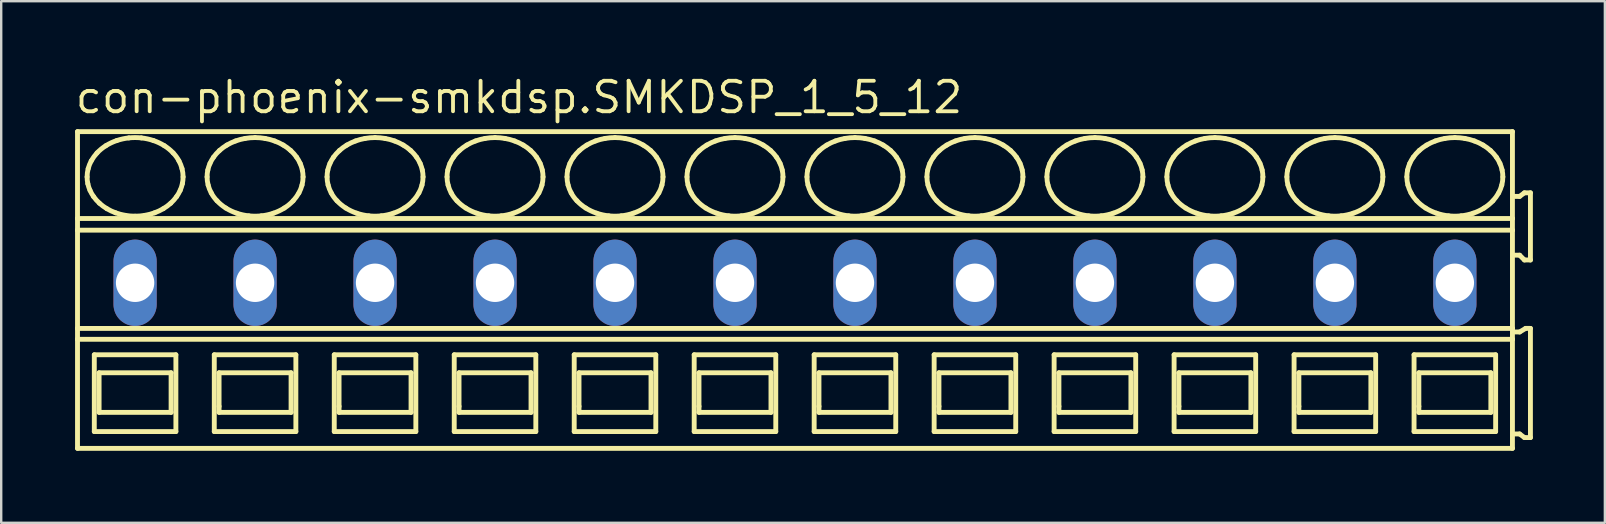
<source format=kicad_pcb>
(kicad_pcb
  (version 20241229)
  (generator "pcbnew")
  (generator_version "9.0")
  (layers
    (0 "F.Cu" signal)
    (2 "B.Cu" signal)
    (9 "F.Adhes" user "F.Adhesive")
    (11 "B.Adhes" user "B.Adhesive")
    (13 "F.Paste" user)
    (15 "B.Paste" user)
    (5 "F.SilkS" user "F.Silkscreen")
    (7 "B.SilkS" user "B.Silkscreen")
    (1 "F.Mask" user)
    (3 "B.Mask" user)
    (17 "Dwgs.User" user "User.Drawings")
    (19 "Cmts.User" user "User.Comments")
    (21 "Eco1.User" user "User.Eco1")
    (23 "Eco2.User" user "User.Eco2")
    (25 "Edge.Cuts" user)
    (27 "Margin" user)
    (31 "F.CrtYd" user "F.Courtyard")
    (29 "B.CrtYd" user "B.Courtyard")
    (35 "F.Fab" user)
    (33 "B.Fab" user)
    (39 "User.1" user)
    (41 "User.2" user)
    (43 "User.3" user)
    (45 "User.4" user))
  (footprint "con-phoenix-smkdsp.SMKDSP_1_5_12"
    (layer "F.Cu")
    (at 5.08 8.735)
    (property "Reference" "con-phoenix-smkdsp.SMKDSP_1_5_12" (at -5.08 -6.985 0) (layer "F.SilkS") (effects (font (size 1.27 1.27) (thickness 0.16)) (justify left bottom)))
    (attr through_hole)
    (fp_line (start -4.9 -6.3) (end -4.9 -2.679) (stroke (width 0.203) (type default)) (layer "F.SilkS"))
    (fp_line (start -4.9 -2.679) (end -4.9 -2.192) (stroke (width 0.203) (type default)) (layer "F.SilkS"))
    (fp_line (start -4.9 -2.192) (end -4.9 1.902) (stroke (width 0.203) (type default)) (layer "F.SilkS"))
    (fp_line (start -4.9 1.902) (end -4.9 2.354) (stroke (width 0.203) (type default)) (layer "F.SilkS"))
    (fp_line (start -4.9 2.354) (end -4.9 6.9) (stroke (width 0.203) (type default)) (layer "F.SilkS"))
    (fp_line (start -4.9 6.9) (end 54.9 6.9) (stroke (width 0.203) (type default)) (layer "F.SilkS"))
    (fp_line (start -4.2 3) (end -4.2 6.2) (stroke (width 0.203) (type default)) (layer "F.SilkS"))
    (fp_line (start -4.2 6.2) (end -0.8 6.2) (stroke (width 0.203) (type default)) (layer "F.SilkS"))
    (fp_line (start -4 3.75) (end -4 5.4) (stroke (width 0.203) (type default)) (layer "F.SilkS"))
    (fp_line (start -4 5.4) (end -1 5.4) (stroke (width 0.203) (type default)) (layer "F.SilkS"))
    (fp_line (start -1 3.75) (end -4 3.75) (stroke (width 0.203) (type default)) (layer "F.SilkS"))
    (fp_line (start -1 5.4) (end -1 3.75) (stroke (width 0.203) (type default)) (layer "F.SilkS"))
    (fp_line (start -0.8 3) (end -4.2 3) (stroke (width 0.203) (type default)) (layer "F.SilkS"))
    (fp_line (start -0.8 6.2) (end -0.8 3) (stroke (width 0.203) (type default)) (layer "F.SilkS"))
    (fp_line (start 0.8 3) (end 0.8 6.2) (stroke (width 0.203) (type default)) (layer "F.SilkS"))
    (fp_line (start 0.8 6.2) (end 4.2 6.2) (stroke (width 0.203) (type default)) (layer "F.SilkS"))
    (fp_line (start 1 3.75) (end 1 5.15) (stroke (width 0.203) (type default)) (layer "F.SilkS"))
    (fp_line (start 1 5.15) (end 1 5.4) (stroke (width 0.203) (type default)) (layer "F.SilkS"))
    (fp_line (start 1 5.4) (end 4 5.4) (stroke (width 0.203) (type default)) (layer "F.SilkS"))
    (fp_line (start 4 3.75) (end 1 3.75) (stroke (width 0.203) (type default)) (layer "F.SilkS"))
    (fp_line (start 4 5.4) (end 4 3.75) (stroke (width 0.203) (type default)) (layer "F.SilkS"))
    (fp_line (start 4.2 3) (end 0.8 3) (stroke (width 0.203) (type default)) (layer "F.SilkS"))
    (fp_line (start 4.2 6.2) (end 4.2 3) (stroke (width 0.203) (type default)) (layer "F.SilkS"))
    (fp_line (start 5.8 3) (end 5.8 6.2) (stroke (width 0.203) (type default)) (layer "F.SilkS"))
    (fp_line (start 5.8 6.2) (end 9.2 6.2) (stroke (width 0.203) (type default)) (layer "F.SilkS"))
    (fp_line (start 6 3.75) (end 6 5.15) (stroke (width 0.203) (type default)) (layer "F.SilkS"))
    (fp_line (start 6 5.15) (end 6 5.4) (stroke (width 0.203) (type default)) (layer "F.SilkS"))
    (fp_line (start 6 5.4) (end 9 5.4) (stroke (width 0.203) (type default)) (layer "F.SilkS"))
    (fp_line (start 9 3.75) (end 6 3.75) (stroke (width 0.203) (type default)) (layer "F.SilkS"))
    (fp_line (start 9 5.4) (end 9 3.75) (stroke (width 0.203) (type default)) (layer "F.SilkS"))
    (fp_line (start 9.2 3) (end 5.8 3) (stroke (width 0.203) (type default)) (layer "F.SilkS"))
    (fp_line (start 9.2 6.2) (end 9.2 3) (stroke (width 0.203) (type default)) (layer "F.SilkS"))
    (fp_line (start 10.8 3) (end 10.8 6.2) (stroke (width 0.203) (type default)) (layer "F.SilkS"))
    (fp_line (start 10.8 6.2) (end 14.2 6.2) (stroke (width 0.203) (type default)) (layer "F.SilkS"))
    (fp_line (start 11 3.75) (end 11 5.15) (stroke (width 0.203) (type default)) (layer "F.SilkS"))
    (fp_line (start 11 5.15) (end 11 5.4) (stroke (width 0.203) (type default)) (layer "F.SilkS"))
    (fp_line (start 11 5.4) (end 14 5.4) (stroke (width 0.203) (type default)) (layer "F.SilkS"))
    (fp_line (start 14 3.75) (end 11 3.75) (stroke (width 0.203) (type default)) (layer "F.SilkS"))
    (fp_line (start 14 5.4) (end 14 3.75) (stroke (width 0.203) (type default)) (layer "F.SilkS"))
    (fp_line (start 14.2 3) (end 10.8 3) (stroke (width 0.203) (type default)) (layer "F.SilkS"))
    (fp_line (start 14.2 6.2) (end 14.2 3) (stroke (width 0.203) (type default)) (layer "F.SilkS"))
    (fp_line (start 15.8 3) (end 15.8 6.2) (stroke (width 0.203) (type default)) (layer "F.SilkS"))
    (fp_line (start 15.8 6.2) (end 19.2 6.2) (stroke (width 0.203) (type default)) (layer "F.SilkS"))
    (fp_line (start 16 3.75) (end 16 5.15) (stroke (width 0.203) (type default)) (layer "F.SilkS"))
    (fp_line (start 16 5.15) (end 16 5.4) (stroke (width 0.203) (type default)) (layer "F.SilkS"))
    (fp_line (start 16 5.4) (end 19 5.4) (stroke (width 0.203) (type default)) (layer "F.SilkS"))
    (fp_line (start 19 3.75) (end 16 3.75) (stroke (width 0.203) (type default)) (layer "F.SilkS"))
    (fp_line (start 19 5.4) (end 19 3.75) (stroke (width 0.203) (type default)) (layer "F.SilkS"))
    (fp_line (start 19.2 3) (end 15.8 3) (stroke (width 0.203) (type default)) (layer "F.SilkS"))
    (fp_line (start 19.2 6.2) (end 19.2 3) (stroke (width 0.203) (type default)) (layer "F.SilkS"))
    (fp_line (start 20.8 3) (end 20.8 6.2) (stroke (width 0.203) (type default)) (layer "F.SilkS"))
    (fp_line (start 20.8 6.2) (end 24.2 6.2) (stroke (width 0.203) (type default)) (layer "F.SilkS"))
    (fp_line (start 21 3.75) (end 21 5.15) (stroke (width 0.203) (type default)) (layer "F.SilkS"))
    (fp_line (start 21 5.15) (end 21 5.4) (stroke (width 0.203) (type default)) (layer "F.SilkS"))
    (fp_line (start 21 5.4) (end 24 5.4) (stroke (width 0.203) (type default)) (layer "F.SilkS"))
    (fp_line (start 24 3.75) (end 21 3.75) (stroke (width 0.203) (type default)) (layer "F.SilkS"))
    (fp_line (start 24 5.4) (end 24 3.75) (stroke (width 0.203) (type default)) (layer "F.SilkS"))
    (fp_line (start 24.2 3) (end 20.8 3) (stroke (width 0.203) (type default)) (layer "F.SilkS"))
    (fp_line (start 24.2 6.2) (end 24.2 3) (stroke (width 0.203) (type default)) (layer "F.SilkS"))
    (fp_line (start 25.8 3) (end 25.8 6.2) (stroke (width 0.203) (type default)) (layer "F.SilkS"))
    (fp_line (start 25.8 6.2) (end 29.2 6.2) (stroke (width 0.203) (type default)) (layer "F.SilkS"))
    (fp_line (start 26 3.75) (end 26 5.15) (stroke (width 0.203) (type default)) (layer "F.SilkS"))
    (fp_line (start 26 5.15) (end 26 5.4) (stroke (width 0.203) (type default)) (layer "F.SilkS"))
    (fp_line (start 26 5.4) (end 29 5.4) (stroke (width 0.203) (type default)) (layer "F.SilkS"))
    (fp_line (start 29 3.75) (end 26 3.75) (stroke (width 0.203) (type default)) (layer "F.SilkS"))
    (fp_line (start 29 5.4) (end 29 3.75) (stroke (width 0.203) (type default)) (layer "F.SilkS"))
    (fp_line (start 29.2 3) (end 25.8 3) (stroke (width 0.203) (type default)) (layer "F.SilkS"))
    (fp_line (start 29.2 6.2) (end 29.2 3) (stroke (width 0.203) (type default)) (layer "F.SilkS"))
    (fp_line (start 30.8 3) (end 30.8 6.2) (stroke (width 0.203) (type default)) (layer "F.SilkS"))
    (fp_line (start 30.8 6.2) (end 34.2 6.2) (stroke (width 0.203) (type default)) (layer "F.SilkS"))
    (fp_line (start 31 3.75) (end 31 5.15) (stroke (width 0.203) (type default)) (layer "F.SilkS"))
    (fp_line (start 31 5.15) (end 31 5.4) (stroke (width 0.203) (type default)) (layer "F.SilkS"))
    (fp_line (start 31 5.4) (end 34 5.4) (stroke (width 0.203) (type default)) (layer "F.SilkS"))
    (fp_line (start 34 3.75) (end 31 3.75) (stroke (width 0.203) (type default)) (layer "F.SilkS"))
    (fp_line (start 34 5.4) (end 34 3.75) (stroke (width 0.203) (type default)) (layer "F.SilkS"))
    (fp_line (start 34.2 3) (end 30.8 3) (stroke (width 0.203) (type default)) (layer "F.SilkS"))
    (fp_line (start 34.2 6.2) (end 34.2 3) (stroke (width 0.203) (type default)) (layer "F.SilkS"))
    (fp_line (start 35.8 3) (end 35.8 6.2) (stroke (width 0.203) (type default)) (layer "F.SilkS"))
    (fp_line (start 35.8 6.2) (end 39.2 6.2) (stroke (width 0.203) (type default)) (layer "F.SilkS"))
    (fp_line (start 36 3.75) (end 36 5.15) (stroke (width 0.203) (type default)) (layer "F.SilkS"))
    (fp_line (start 36 5.15) (end 36 5.4) (stroke (width 0.203) (type default)) (layer "F.SilkS"))
    (fp_line (start 36 5.4) (end 39 5.4) (stroke (width 0.203) (type default)) (layer "F.SilkS"))
    (fp_line (start 39 3.75) (end 36 3.75) (stroke (width 0.203) (type default)) (layer "F.SilkS"))
    (fp_line (start 39 5.4) (end 39 3.75) (stroke (width 0.203) (type default)) (layer "F.SilkS"))
    (fp_line (start 39.2 3) (end 35.8 3) (stroke (width 0.203) (type default)) (layer "F.SilkS"))
    (fp_line (start 39.2 6.2) (end 39.2 3) (stroke (width 0.203) (type default)) (layer "F.SilkS"))
    (fp_line (start 40.8 3) (end 40.8 6.2) (stroke (width 0.203) (type default)) (layer "F.SilkS"))
    (fp_line (start 40.8 6.2) (end 44.2 6.2) (stroke (width 0.203) (type default)) (layer "F.SilkS"))
    (fp_line (start 41 3.75) (end 41 5.15) (stroke (width 0.203) (type default)) (layer "F.SilkS"))
    (fp_line (start 41 5.15) (end 41 5.4) (stroke (width 0.203) (type default)) (layer "F.SilkS"))
    (fp_line (start 41 5.4) (end 44 5.4) (stroke (width 0.203) (type default)) (layer "F.SilkS"))
    (fp_line (start 44 3.75) (end 41 3.75) (stroke (width 0.203) (type default)) (layer "F.SilkS"))
    (fp_line (start 44 5.4) (end 44 3.75) (stroke (width 0.203) (type default)) (layer "F.SilkS"))
    (fp_line (start 44.2 3) (end 40.8 3) (stroke (width 0.203) (type default)) (layer "F.SilkS"))
    (fp_line (start 44.2 6.2) (end 44.2 3) (stroke (width 0.203) (type default)) (layer "F.SilkS"))
    (fp_line (start 45.8 3) (end 45.8 6.2) (stroke (width 0.203) (type default)) (layer "F.SilkS"))
    (fp_line (start 45.8 6.2) (end 49.2 6.2) (stroke (width 0.203) (type default)) (layer "F.SilkS"))
    (fp_line (start 46 3.75) (end 46 5.15) (stroke (width 0.203) (type default)) (layer "F.SilkS"))
    (fp_line (start 46 5.15) (end 46 5.4) (stroke (width 0.203) (type default)) (layer "F.SilkS"))
    (fp_line (start 46 5.4) (end 49 5.4) (stroke (width 0.203) (type default)) (layer "F.SilkS"))
    (fp_line (start 49 3.75) (end 46 3.75) (stroke (width 0.203) (type default)) (layer "F.SilkS"))
    (fp_line (start 49 5.4) (end 49 3.75) (stroke (width 0.203) (type default)) (layer "F.SilkS"))
    (fp_line (start 49.2 3) (end 45.8 3) (stroke (width 0.203) (type default)) (layer "F.SilkS"))
    (fp_line (start 49.2 6.2) (end 49.2 3) (stroke (width 0.203) (type default)) (layer "F.SilkS"))
    (fp_line (start 50.8 3) (end 50.8 6.2) (stroke (width 0.203) (type default)) (layer "F.SilkS"))
    (fp_line (start 50.8 6.2) (end 54.2 6.2) (stroke (width 0.203) (type default)) (layer "F.SilkS"))
    (fp_line (start 51 3.75) (end 51 5.15) (stroke (width 0.203) (type default)) (layer "F.SilkS"))
    (fp_line (start 51 5.15) (end 51 5.4) (stroke (width 0.203) (type default)) (layer "F.SilkS"))
    (fp_line (start 51 5.4) (end 54 5.4) (stroke (width 0.203) (type default)) (layer "F.SilkS"))
    (fp_line (start 54 3.75) (end 51 3.75) (stroke (width 0.203) (type default)) (layer "F.SilkS"))
    (fp_line (start 54 5.4) (end 54 3.75) (stroke (width 0.203) (type default)) (layer "F.SilkS"))
    (fp_line (start 54.2 3) (end 50.8 3) (stroke (width 0.203) (type default)) (layer "F.SilkS"))
    (fp_line (start 54.2 6.2) (end 54.2 3) (stroke (width 0.203) (type default)) (layer "F.SilkS"))
    (fp_line (start 54.9 -6.3) (end -4.9 -6.3) (stroke (width 0.203) (type default)) (layer "F.SilkS"))
    (fp_line (start 54.9 -2.679) (end -4.9 -2.679) (stroke (width 0.203) (type default)) (layer "F.SilkS"))
    (fp_line (start 54.9 -2.679) (end 54.9 -6.3) (stroke (width 0.203) (type default)) (layer "F.SilkS"))
    (fp_line (start 54.9 -2.192) (end -4.9 -2.192) (stroke (width 0.203) (type default)) (layer "F.SilkS"))
    (fp_line (start 54.9 -2.192) (end 54.9 -2.679) (stroke (width 0.203) (type default)) (layer "F.SilkS"))
    (fp_line (start 54.9 1.902) (end -4.9 1.902) (stroke (width 0.203) (type default)) (layer "F.SilkS"))
    (fp_line (start 54.9 1.902) (end 54.9 -2.192) (stroke (width 0.203) (type default)) (layer "F.SilkS"))
    (fp_line (start 54.9 2.354) (end -4.9 2.354) (stroke (width 0.203) (type default)) (layer "F.SilkS"))
    (fp_line (start 54.9 2.354) (end 54.9 1.902) (stroke (width 0.203) (type default)) (layer "F.SilkS"))
    (fp_line (start 54.9 6.9) (end 54.9 2.354) (stroke (width 0.203) (type default)) (layer "F.SilkS"))
    (fp_line (start 55 -1.15) (end 55.2 -1.15) (stroke (width 0.203) (type default)) (layer "F.SilkS"))
    (fp_line (start 55 6.3) (end 55.2 6.3) (stroke (width 0.203) (type default)) (layer "F.SilkS"))
    (fp_line (start 55.2 -3.6) (end 55 -3.6) (stroke (width 0.203) (type default)) (layer "F.SilkS"))
    (fp_line (start 55.2 -1.15) (end 55.4 -0.95) (stroke (width 0.203) (type default)) (layer "F.SilkS"))
    (fp_line (start 55.2 2.05) (end 55 2.05) (stroke (width 0.203) (type default)) (layer "F.SilkS"))
    (fp_line (start 55.2 6.3) (end 55.4 6.45) (stroke (width 0.203) (type default)) (layer "F.SilkS"))
    (fp_line (start 55.4 -3.75) (end 55.2 -3.6) (stroke (width 0.203) (type default)) (layer "F.SilkS"))
    (fp_line (start 55.4 -0.95) (end 55.65 -0.95) (stroke (width 0.203) (type default)) (layer "F.SilkS"))
    (fp_line (start 55.4 6.45) (end 55.65 6.45) (stroke (width 0.203) (type default)) (layer "F.SilkS"))
    (fp_line (start 55.45 1.9) (end 55.2 2.05) (stroke (width 0.203) (type default)) (layer "F.SilkS"))
    (fp_line (start 55.65 -3.75) (end 55.4 -3.75) (stroke (width 0.203) (type default)) (layer "F.SilkS"))
    (fp_line (start 55.65 -0.95) (end 55.65 -3.75) (stroke (width 0.203) (type default)) (layer "F.SilkS"))
    (fp_line (start 55.65 1.9) (end 55.45 1.9) (stroke (width 0.203) (type default)) (layer "F.SilkS"))
    (fp_line (start 55.65 6.45) (end 55.65 1.9) (stroke (width 0.203) (type default)) (layer "F.SilkS"))
    (fp_arc (start -4.5 -4.4136) (mid -4.488905 -4.585389) (end -4.4562 -4.7544) (stroke (width 0.2032) (type default)) (layer "F.SilkS"))
    (fp_arc (start -4.4695 -4.1287) (mid -4.492309 -4.270341) (end -4.5 -4.4136) (stroke (width 0.2032) (type default)) (layer "F.SilkS"))
    (fp_arc (start -4.4562 -4.7544) (mid -4.401558 -4.920839) (end -4.3273 -5.0795) (stroke (width 0.2032) (type default)) (layer "F.SilkS"))
    (fp_arc (start -4.3795 -3.8536) (mid -4.431599 -3.988827) (end -4.4695 -4.1287) (stroke (width 0.2032) (type default)) (layer "F.SilkS"))
    (fp_arc (start -4.3274 -5.0795) (mid -4.216217 -5.252167) (end -4.0864 -5.4113) (stroke (width 0.2032) (type default)) (layer "F.SilkS"))
    (fp_arc (start -4.232 -3.5945) (mid -4.312155 -3.720404) (end -4.3795 -3.8536) (stroke (width 0.2032) (type default)) (layer "F.SilkS"))
    (fp_arc (start -4.0864 -5.4113) (mid -3.911717 -5.573771) (end -3.718 -5.713) (stroke (width 0.2032) (type default)) (layer "F.SilkS"))
    (fp_arc (start -3.9861 -3.3171) (mid -4.116737 -3.448975) (end -4.2321 -3.5944) (stroke (width 0.2032) (type default)) (layer "F.SilkS"))
    (fp_arc (start -3.718 -5.713) (mid -3.497651 -5.83326) (end -3.2649 -5.9273) (stroke (width 0.2032) (type default)) (layer "F.SilkS"))
    (fp_arc (start -3.676 -3.0884) (mid -3.836846 -3.19489) (end -3.9861 -3.3171) (stroke (width 0.2032) (type default)) (layer "F.SilkS"))
    (fp_arc (start -3.313 -2.9167) (mid -3.498551 -2.993985) (end -3.676 -3.0884) (stroke (width 0.2032) (type default)) (layer "F.SilkS"))
    (fp_arc (start -3.2649 -5.9273) (mid -3.016253 -5.996227) (end -2.7616 -6.0378) (stroke (width 0.2032) (type default)) (layer "F.SilkS"))
    (fp_arc (start -2.9161 -2.8111) (mid -3.116893 -2.855096) (end -3.313 -2.9167) (stroke (width 0.2032) (type default)) (layer "F.SilkS"))
    (fp_arc (start -2.7616 -6.0378) (mid -2.5 -6.051841) (end -2.2384 -6.0378) (stroke (width 0.2032) (type default)) (layer "F.SilkS"))
    (fp_arc (start -2.5 -2.7752) (mid -2.708826 -2.784159) (end -2.9161 -2.8111) (stroke (width 0.2032) (type default)) (layer "F.SilkS"))
    (fp_arc (start -2.2384 -6.0378) (mid -1.983714 -5.996378) (end -1.7351 -5.9273) (stroke (width 0.2032) (type default)) (layer "F.SilkS"))
    (fp_arc (start -2.0839 -2.8111) (mid -2.291182 -2.784277) (end -2.5 -2.7753) (stroke (width 0.2032) (type default)) (layer "F.SilkS"))
    (fp_arc (start -1.7351 -5.9273) (mid -1.502222 -5.83353) (end -1.282 -5.713) (stroke (width 0.2032) (type default)) (layer "F.SilkS"))
    (fp_arc (start -1.687 -2.9167) (mid -1.883128 -2.855175) (end -2.0839 -2.8111) (stroke (width 0.2032) (type default)) (layer "F.SilkS"))
    (fp_arc (start -1.324 -3.0884) (mid -1.501514 -2.994123) (end -1.687 -2.9167) (stroke (width 0.2032) (type default)) (layer "F.SilkS"))
    (fp_arc (start -1.282 -5.713) (mid -1.088036 -5.574073) (end -0.9136 -5.4113) (stroke (width 0.2032) (type default)) (layer "F.SilkS"))
    (fp_arc (start -1.0139 -3.3171) (mid -1.163276 -3.195057) (end -1.324 -3.0884) (stroke (width 0.2032) (type default)) (layer "F.SilkS"))
    (fp_arc (start -0.9137 -5.4112) (mid -0.781313 -5.253987) (end -0.6727 -5.0795) (stroke (width 0.2032) (type default)) (layer "F.SilkS"))
    (fp_arc (start -0.7679 -3.5944) (mid -0.88339 -3.449088) (end -1.0139 -3.3171) (stroke (width 0.2032) (type default)) (layer "F.SilkS"))
    (fp_arc (start -0.6727 -5.0795) (mid -0.598286 -4.920901) (end -0.5438 -4.7544) (stroke (width 0.2032) (type default)) (layer "F.SilkS"))
    (fp_arc (start -0.6204 -3.8536) (mid -0.687861 -3.720421) (end -0.7679 -3.5944) (stroke (width 0.2032) (type default)) (layer "F.SilkS"))
    (fp_arc (start -0.5438 -4.7544) (mid -0.511083 -4.58539) (end -0.5 -4.4136) (stroke (width 0.2032) (type default)) (layer "F.SilkS"))
    (fp_arc (start -0.5305 -4.1287) (mid -0.568473 -3.988851) (end -0.6205 -3.8536) (stroke (width 0.2032) (type default)) (layer "F.SilkS"))
    (fp_arc (start -0.5001 -4.4136) (mid -0.50774 -4.270343) (end -0.5305 -4.1287) (stroke (width 0.2032) (type default)) (layer "F.SilkS"))
    (fp_arc (start 0.5 -4.4136) (mid 0.507693 -4.556809) (end 0.5305 -4.6984) (stroke (width 0.2032) (type default)) (layer "F.SilkS"))
    (fp_arc (start 0.5305 -4.6984) (mid 0.568467 -4.8383) (end 0.6205 -4.9736) (stroke (width 0.2032) (type default)) (layer "F.SilkS"))
    (fp_arc (start 0.5438 -4.0727) (mid 0.511073 -4.241759) (end 0.5 -4.4136) (stroke (width 0.2032) (type default)) (layer "F.SilkS"))
    (fp_arc (start 0.6204 -4.9736) (mid 0.687866 -5.106728) (end 0.7679 -5.2327) (stroke (width 0.2032) (type default)) (layer "F.SilkS"))
    (fp_arc (start 0.6727 -3.7476) (mid 0.598288 -3.9062) (end 0.5438 -4.0727) (stroke (width 0.2032) (type default)) (layer "F.SilkS"))
    (fp_arc (start 0.7679 -5.2327) (mid 0.883386 -5.378016) (end 1.0139 -5.51) (stroke (width 0.2032) (type default)) (layer "F.SilkS"))
    (fp_arc (start 0.9136 -3.4159) (mid 0.781267 -3.57312) (end 0.6727 -3.7476) (stroke (width 0.2032) (type default)) (layer "F.SilkS"))
    (fp_arc (start 1.0139 -5.51) (mid 1.163277 -5.632042) (end 1.324 -5.7387) (stroke (width 0.2032) (type default)) (layer "F.SilkS"))
    (fp_arc (start 1.282 -3.1141) (mid 1.088032 -3.253077) (end 0.9136 -3.4159) (stroke (width 0.2032) (type default)) (layer "F.SilkS"))
    (fp_arc (start 1.324 -5.7387) (mid 1.501514 -5.832977) (end 1.687 -5.9104) (stroke (width 0.2032) (type default)) (layer "F.SilkS"))
    (fp_arc (start 1.687 -5.9104) (mid 1.883128 -5.971925) (end 2.0839 -6.016) (stroke (width 0.2032) (type default)) (layer "F.SilkS"))
    (fp_arc (start 1.7351 -2.8998) (mid 1.502222 -2.993571) (end 1.282 -3.1141) (stroke (width 0.2032) (type default)) (layer "F.SilkS"))
    (fp_arc (start 2.0839 -6.0161) (mid 2.291183 -6.042919) (end 2.5 -6.0519) (stroke (width 0.2032) (type default)) (layer "F.SilkS"))
    (fp_arc (start 2.2384 -2.7893) (mid 1.983714 -2.830721) (end 1.7351 -2.8998) (stroke (width 0.2032) (type default)) (layer "F.SilkS"))
    (fp_arc (start 2.5 -6.0519) (mid 2.708826 -6.042941) (end 2.9161 -6.016) (stroke (width 0.2032) (type default)) (layer "F.SilkS"))
    (fp_arc (start 2.7616 -2.7893) (mid 2.5 -2.775259) (end 2.2384 -2.7893) (stroke (width 0.2032) (type default)) (layer "F.SilkS"))
    (fp_arc (start 2.9161 -6.016) (mid 3.116893 -5.972004) (end 3.313 -5.9104) (stroke (width 0.2032) (type default)) (layer "F.SilkS"))
    (fp_arc (start 3.2649 -2.8998) (mid 3.016253 -2.830873) (end 2.7616 -2.7893) (stroke (width 0.2032) (type default)) (layer "F.SilkS"))
    (fp_arc (start 3.313 -5.9104) (mid 3.498552 -5.833116) (end 3.676 -5.7387) (stroke (width 0.2032) (type default)) (layer "F.SilkS"))
    (fp_arc (start 3.676 -5.7387) (mid 3.836846 -5.632209) (end 3.9861 -5.51) (stroke (width 0.2032) (type default)) (layer "F.SilkS"))
    (fp_arc (start 3.718 -3.1141) (mid 3.497651 -2.993839) (end 3.2649 -2.8998) (stroke (width 0.2032) (type default)) (layer "F.SilkS"))
    (fp_arc (start 3.9861 -5.51) (mid 4.116738 -5.378126) (end 4.2321 -5.2327) (stroke (width 0.2032) (type default)) (layer "F.SilkS"))
    (fp_arc (start 4.0864 -3.4159) (mid 3.911721 -3.253378) (end 3.718 -3.1141) (stroke (width 0.2032) (type default)) (layer "F.SilkS"))
    (fp_arc (start 4.2321 -5.2327) (mid 4.312204 -5.106793) (end 4.3795 -4.9736) (stroke (width 0.2032) (type default)) (layer "F.SilkS"))
    (fp_arc (start 4.3273 -3.7476) (mid 4.216161 -3.574988) (end 4.0864 -3.4159) (stroke (width 0.2032) (type default)) (layer "F.SilkS"))
    (fp_arc (start 4.3795 -4.9736) (mid 4.431605 -4.838324) (end 4.4695 -4.6984) (stroke (width 0.2032) (type default)) (layer "F.SilkS"))
    (fp_arc (start 4.4562 -4.0727) (mid 4.401557 -3.906262) (end 4.3273 -3.7476) (stroke (width 0.2032) (type default)) (layer "F.SilkS"))
    (fp_arc (start 4.4695 -4.6984) (mid 4.4923 -4.556809) (end 4.5 -4.4136) (stroke (width 0.2032) (type default)) (layer "F.SilkS"))
    (fp_arc (start 4.5 -4.4136) (mid 4.488914 -4.241761) (end 4.4562 -4.0727) (stroke (width 0.2032) (type default)) (layer "F.SilkS"))
    (fp_arc (start 5.5 -4.4136) (mid 5.507693 -4.556809) (end 5.5305 -4.6984) (stroke (width 0.2032) (type default)) (layer "F.SilkS"))
    (fp_arc (start 5.5305 -4.6984) (mid 5.568467 -4.8383) (end 5.6205 -4.9736) (stroke (width 0.2032) (type default)) (layer "F.SilkS"))
    (fp_arc (start 5.5438 -4.0727) (mid 5.511073 -4.241759) (end 5.5 -4.4136) (stroke (width 0.2032) (type default)) (layer "F.SilkS"))
    (fp_arc (start 5.6204 -4.9736) (mid 5.687866 -5.106728) (end 5.7679 -5.2327) (stroke (width 0.2032) (type default)) (layer "F.SilkS"))
    (fp_arc (start 5.6727 -3.7476) (mid 5.598288 -3.9062) (end 5.5438 -4.0727) (stroke (width 0.2032) (type default)) (layer "F.SilkS"))
    (fp_arc (start 5.7679 -5.2327) (mid 5.883386 -5.378016) (end 6.0139 -5.51) (stroke (width 0.2032) (type default)) (layer "F.SilkS"))
    (fp_arc (start 5.9136 -3.4159) (mid 5.781267 -3.57312) (end 5.6727 -3.7476) (stroke (width 0.2032) (type default)) (layer "F.SilkS"))
    (fp_arc (start 6.0139 -5.51) (mid 6.163277 -5.632042) (end 6.324 -5.7387) (stroke (width 0.2032) (type default)) (layer "F.SilkS"))
    (fp_arc (start 6.282 -3.1141) (mid 6.088032 -3.253077) (end 5.9136 -3.4159) (stroke (width 0.2032) (type default)) (layer "F.SilkS"))
    (fp_arc (start 6.324 -5.7387) (mid 6.501514 -5.832977) (end 6.687 -5.9104) (stroke (width 0.2032) (type default)) (layer "F.SilkS"))
    (fp_arc (start 6.687 -5.9104) (mid 6.883128 -5.971925) (end 7.0839 -6.016) (stroke (width 0.2032) (type default)) (layer "F.SilkS"))
    (fp_arc (start 6.7351 -2.8998) (mid 6.502222 -2.993571) (end 6.282 -3.1141) (stroke (width 0.2032) (type default)) (layer "F.SilkS"))
    (fp_arc (start 7.0839 -6.0161) (mid 7.291183 -6.042919) (end 7.5 -6.0519) (stroke (width 0.2032) (type default)) (layer "F.SilkS"))
    (fp_arc (start 7.2384 -2.7893) (mid 6.983714 -2.830721) (end 6.7351 -2.8998) (stroke (width 0.2032) (type default)) (layer "F.SilkS"))
    (fp_arc (start 7.5 -6.0519) (mid 7.708826 -6.042941) (end 7.9161 -6.016) (stroke (width 0.2032) (type default)) (layer "F.SilkS"))
    (fp_arc (start 7.7616 -2.7893) (mid 7.5 -2.775259) (end 7.2384 -2.7893) (stroke (width 0.2032) (type default)) (layer "F.SilkS"))
    (fp_arc (start 7.9161 -6.016) (mid 8.116893 -5.972004) (end 8.313 -5.9104) (stroke (width 0.2032) (type default)) (layer "F.SilkS"))
    (fp_arc (start 8.2649 -2.8998) (mid 8.016253 -2.830873) (end 7.7616 -2.7893) (stroke (width 0.2032) (type default)) (layer "F.SilkS"))
    (fp_arc (start 8.313 -5.9104) (mid 8.498552 -5.833116) (end 8.676 -5.7387) (stroke (width 0.2032) (type default)) (layer "F.SilkS"))
    (fp_arc (start 8.676 -5.7387) (mid 8.836846 -5.632209) (end 8.9861 -5.51) (stroke (width 0.2032) (type default)) (layer "F.SilkS"))
    (fp_arc (start 8.718 -3.1141) (mid 8.497651 -2.993839) (end 8.2649 -2.8998) (stroke (width 0.2032) (type default)) (layer "F.SilkS"))
    (fp_arc (start 8.9861 -5.51) (mid 9.116738 -5.378126) (end 9.2321 -5.2327) (stroke (width 0.2032) (type default)) (layer "F.SilkS"))
    (fp_arc (start 9.0864 -3.4159) (mid 8.911721 -3.253378) (end 8.718 -3.1141) (stroke (width 0.2032) (type default)) (layer "F.SilkS"))
    (fp_arc (start 9.2321 -5.2327) (mid 9.312204 -5.106793) (end 9.3795 -4.9736) (stroke (width 0.2032) (type default)) (layer "F.SilkS"))
    (fp_arc (start 9.3273 -3.7476) (mid 9.216161 -3.574988) (end 9.0864 -3.4159) (stroke (width 0.2032) (type default)) (layer "F.SilkS"))
    (fp_arc (start 9.3795 -4.9736) (mid 9.431605 -4.838324) (end 9.4695 -4.6984) (stroke (width 0.2032) (type default)) (layer "F.SilkS"))
    (fp_arc (start 9.4562 -4.0727) (mid 9.401557 -3.906262) (end 9.3273 -3.7476) (stroke (width 0.2032) (type default)) (layer "F.SilkS"))
    (fp_arc (start 9.4695 -4.6984) (mid 9.4923 -4.556809) (end 9.5 -4.4136) (stroke (width 0.2032) (type default)) (layer "F.SilkS"))
    (fp_arc (start 9.5 -4.4136) (mid 9.488914 -4.241761) (end 9.4562 -4.0727) (stroke (width 0.2032) (type default)) (layer "F.SilkS"))
    (fp_arc (start 10.5 -4.4136) (mid 10.507693 -4.556809) (end 10.5305 -4.6984) (stroke (width 0.2032) (type default)) (layer "F.SilkS"))
    (fp_arc (start 10.5305 -4.6984) (mid 10.568467 -4.8383) (end 10.6205 -4.9736) (stroke (width 0.2032) (type default)) (layer "F.SilkS"))
    (fp_arc (start 10.5438 -4.0727) (mid 10.511073 -4.241759) (end 10.5 -4.4136) (stroke (width 0.2032) (type default)) (layer "F.SilkS"))
    (fp_arc (start 10.6204 -4.9736) (mid 10.687866 -5.106728) (end 10.7679 -5.2327) (stroke (width 0.2032) (type default)) (layer "F.SilkS"))
    (fp_arc (start 10.6727 -3.7476) (mid 10.598288 -3.9062) (end 10.5438 -4.0727) (stroke (width 0.2032) (type default)) (layer "F.SilkS"))
    (fp_arc (start 10.7679 -5.2327) (mid 10.883386 -5.378016) (end 11.0139 -5.51) (stroke (width 0.2032) (type default)) (layer "F.SilkS"))
    (fp_arc (start 10.9136 -3.4159) (mid 10.781267 -3.57312) (end 10.6727 -3.7476) (stroke (width 0.2032) (type default)) (layer "F.SilkS"))
    (fp_arc (start 11.0139 -5.51) (mid 11.163277 -5.632042) (end 11.324 -5.7387) (stroke (width 0.2032) (type default)) (layer "F.SilkS"))
    (fp_arc (start 11.282 -3.1141) (mid 11.088032 -3.253077) (end 10.9136 -3.4159) (stroke (width 0.2032) (type default)) (layer "F.SilkS"))
    (fp_arc (start 11.324 -5.7387) (mid 11.501514 -5.832977) (end 11.687 -5.9104) (stroke (width 0.2032) (type default)) (layer "F.SilkS"))
    (fp_arc (start 11.687 -5.9104) (mid 11.883128 -5.971925) (end 12.0839 -6.016) (stroke (width 0.2032) (type default)) (layer "F.SilkS"))
    (fp_arc (start 11.7351 -2.8998) (mid 11.502222 -2.993571) (end 11.282 -3.1141) (stroke (width 0.2032) (type default)) (layer "F.SilkS"))
    (fp_arc (start 12.0839 -6.0161) (mid 12.291183 -6.042919) (end 12.5 -6.0519) (stroke (width 0.2032) (type default)) (layer "F.SilkS"))
    (fp_arc (start 12.2384 -2.7893) (mid 11.983714 -2.830721) (end 11.7351 -2.8998) (stroke (width 0.2032) (type default)) (layer "F.SilkS"))
    (fp_arc (start 12.5 -6.0519) (mid 12.708826 -6.042941) (end 12.9161 -6.016) (stroke (width 0.2032) (type default)) (layer "F.SilkS"))
    (fp_arc (start 12.7616 -2.7893) (mid 12.5 -2.775259) (end 12.2384 -2.7893) (stroke (width 0.2032) (type default)) (layer "F.SilkS"))
    (fp_arc (start 12.9161 -6.016) (mid 13.116893 -5.972004) (end 13.313 -5.9104) (stroke (width 0.2032) (type default)) (layer "F.SilkS"))
    (fp_arc (start 13.2649 -2.8998) (mid 13.016253 -2.830873) (end 12.7616 -2.7893) (stroke (width 0.2032) (type default)) (layer "F.SilkS"))
    (fp_arc (start 13.313 -5.9104) (mid 13.498552 -5.833116) (end 13.676 -5.7387) (stroke (width 0.2032) (type default)) (layer "F.SilkS"))
    (fp_arc (start 13.676 -5.7387) (mid 13.836846 -5.632209) (end 13.9861 -5.51) (stroke (width 0.2032) (type default)) (layer "F.SilkS"))
    (fp_arc (start 13.718 -3.1141) (mid 13.497651 -2.993839) (end 13.2649 -2.8998) (stroke (width 0.2032) (type default)) (layer "F.SilkS"))
    (fp_arc (start 13.9861 -5.51) (mid 14.116738 -5.378126) (end 14.2321 -5.2327) (stroke (width 0.2032) (type default)) (layer "F.SilkS"))
    (fp_arc (start 14.0864 -3.4159) (mid 13.911721 -3.253378) (end 13.718 -3.1141) (stroke (width 0.2032) (type default)) (layer "F.SilkS"))
    (fp_arc (start 14.2321 -5.2327) (mid 14.312204 -5.106793) (end 14.3795 -4.9736) (stroke (width 0.2032) (type default)) (layer "F.SilkS"))
    (fp_arc (start 14.3273 -3.7476) (mid 14.216161 -3.574988) (end 14.0864 -3.4159) (stroke (width 0.2032) (type default)) (layer "F.SilkS"))
    (fp_arc (start 14.3795 -4.9736) (mid 14.431605 -4.838324) (end 14.4695 -4.6984) (stroke (width 0.2032) (type default)) (layer "F.SilkS"))
    (fp_arc (start 14.4562 -4.0727) (mid 14.401557 -3.906262) (end 14.3273 -3.7476) (stroke (width 0.2032) (type default)) (layer "F.SilkS"))
    (fp_arc (start 14.4695 -4.6984) (mid 14.4923 -4.556809) (end 14.5 -4.4136) (stroke (width 0.2032) (type default)) (layer "F.SilkS"))
    (fp_arc (start 14.5 -4.4136) (mid 14.488914 -4.241761) (end 14.4562 -4.0727) (stroke (width 0.2032) (type default)) (layer "F.SilkS"))
    (fp_arc (start 15.5 -4.4136) (mid 15.507693 -4.556809) (end 15.5305 -4.6984) (stroke (width 0.2032) (type default)) (layer "F.SilkS"))
    (fp_arc (start 15.5305 -4.6984) (mid 15.568467 -4.8383) (end 15.6205 -4.9736) (stroke (width 0.2032) (type default)) (layer "F.SilkS"))
    (fp_arc (start 15.5438 -4.0727) (mid 15.511073 -4.241759) (end 15.5 -4.4136) (stroke (width 0.2032) (type default)) (layer "F.SilkS"))
    (fp_arc (start 15.6204 -4.9736) (mid 15.687866 -5.106728) (end 15.7679 -5.2327) (stroke (width 0.2032) (type default)) (layer "F.SilkS"))
    (fp_arc (start 15.6727 -3.7476) (mid 15.598288 -3.9062) (end 15.5438 -4.0727) (stroke (width 0.2032) (type default)) (layer "F.SilkS"))
    (fp_arc (start 15.7679 -5.2327) (mid 15.883386 -5.378016) (end 16.0139 -5.51) (stroke (width 0.2032) (type default)) (layer "F.SilkS"))
    (fp_arc (start 15.9136 -3.4159) (mid 15.781267 -3.57312) (end 15.6727 -3.7476) (stroke (width 0.2032) (type default)) (layer "F.SilkS"))
    (fp_arc (start 16.0139 -5.51) (mid 16.163277 -5.632042) (end 16.324 -5.7387) (stroke (width 0.2032) (type default)) (layer "F.SilkS"))
    (fp_arc (start 16.282 -3.1141) (mid 16.088032 -3.253077) (end 15.9136 -3.4159) (stroke (width 0.2032) (type default)) (layer "F.SilkS"))
    (fp_arc (start 16.324 -5.7387) (mid 16.501514 -5.832977) (end 16.687 -5.9104) (stroke (width 0.2032) (type default)) (layer "F.SilkS"))
    (fp_arc (start 16.687 -5.9104) (mid 16.883128 -5.971925) (end 17.0839 -6.016) (stroke (width 0.2032) (type default)) (layer "F.SilkS"))
    (fp_arc (start 16.7351 -2.8998) (mid 16.502222 -2.993571) (end 16.282 -3.1141) (stroke (width 0.2032) (type default)) (layer "F.SilkS"))
    (fp_arc (start 17.0839 -6.0161) (mid 17.291183 -6.042919) (end 17.5 -6.0519) (stroke (width 0.2032) (type default)) (layer "F.SilkS"))
    (fp_arc (start 17.2384 -2.7893) (mid 16.983714 -2.830721) (end 16.7351 -2.8998) (stroke (width 0.2032) (type default)) (layer "F.SilkS"))
    (fp_arc (start 17.5 -6.0519) (mid 17.708826 -6.042941) (end 17.9161 -6.016) (stroke (width 0.2032) (type default)) (layer "F.SilkS"))
    (fp_arc (start 17.7616 -2.7893) (mid 17.5 -2.775259) (end 17.2384 -2.7893) (stroke (width 0.2032) (type default)) (layer "F.SilkS"))
    (fp_arc (start 17.9161 -6.016) (mid 18.116893 -5.972004) (end 18.313 -5.9104) (stroke (width 0.2032) (type default)) (layer "F.SilkS"))
    (fp_arc (start 18.2649 -2.8998) (mid 18.016253 -2.830873) (end 17.7616 -2.7893) (stroke (width 0.2032) (type default)) (layer "F.SilkS"))
    (fp_arc (start 18.313 -5.9104) (mid 18.498552 -5.833116) (end 18.676 -5.7387) (stroke (width 0.2032) (type default)) (layer "F.SilkS"))
    (fp_arc (start 18.676 -5.7387) (mid 18.836846 -5.632209) (end 18.9861 -5.51) (stroke (width 0.2032) (type default)) (layer "F.SilkS"))
    (fp_arc (start 18.718 -3.1141) (mid 18.497651 -2.993839) (end 18.2649 -2.8998) (stroke (width 0.2032) (type default)) (layer "F.SilkS"))
    (fp_arc (start 18.9861 -5.51) (mid 19.116738 -5.378126) (end 19.2321 -5.2327) (stroke (width 0.2032) (type default)) (layer "F.SilkS"))
    (fp_arc (start 19.0864 -3.4159) (mid 18.911721 -3.253378) (end 18.718 -3.1141) (stroke (width 0.2032) (type default)) (layer "F.SilkS"))
    (fp_arc (start 19.2321 -5.2327) (mid 19.312204 -5.106793) (end 19.3795 -4.9736) (stroke (width 0.2032) (type default)) (layer "F.SilkS"))
    (fp_arc (start 19.3273 -3.7476) (mid 19.216161 -3.574988) (end 19.0864 -3.4159) (stroke (width 0.2032) (type default)) (layer "F.SilkS"))
    (fp_arc (start 19.3795 -4.9736) (mid 19.431605 -4.838324) (end 19.4695 -4.6984) (stroke (width 0.2032) (type default)) (layer "F.SilkS"))
    (fp_arc (start 19.4562 -4.0727) (mid 19.401557 -3.906262) (end 19.3273 -3.7476) (stroke (width 0.2032) (type default)) (layer "F.SilkS"))
    (fp_arc (start 19.4695 -4.6984) (mid 19.4923 -4.556809) (end 19.5 -4.4136) (stroke (width 0.2032) (type default)) (layer "F.SilkS"))
    (fp_arc (start 19.5 -4.4136) (mid 19.488914 -4.241761) (end 19.4562 -4.0727) (stroke (width 0.2032) (type default)) (layer "F.SilkS"))
    (fp_arc (start 20.5 -4.4136) (mid 20.507693 -4.556809) (end 20.5305 -4.6984) (stroke (width 0.2032) (type default)) (layer "F.SilkS"))
    (fp_arc (start 20.5305 -4.6984) (mid 20.568467 -4.8383) (end 20.6205 -4.9736) (stroke (width 0.2032) (type default)) (layer "F.SilkS"))
    (fp_arc (start 20.5438 -4.0727) (mid 20.511073 -4.241759) (end 20.5 -4.4136) (stroke (width 0.2032) (type default)) (layer "F.SilkS"))
    (fp_arc (start 20.6204 -4.9736) (mid 20.687866 -5.106728) (end 20.7679 -5.2327) (stroke (width 0.2032) (type default)) (layer "F.SilkS"))
    (fp_arc (start 20.6727 -3.7476) (mid 20.598288 -3.9062) (end 20.5438 -4.0727) (stroke (width 0.2032) (type default)) (layer "F.SilkS"))
    (fp_arc (start 20.7679 -5.2327) (mid 20.883386 -5.378016) (end 21.0139 -5.51) (stroke (width 0.2032) (type default)) (layer "F.SilkS"))
    (fp_arc (start 20.9136 -3.4159) (mid 20.781267 -3.57312) (end 20.6727 -3.7476) (stroke (width 0.2032) (type default)) (layer "F.SilkS"))
    (fp_arc (start 21.0139 -5.51) (mid 21.163277 -5.632042) (end 21.324 -5.7387) (stroke (width 0.2032) (type default)) (layer "F.SilkS"))
    (fp_arc (start 21.282 -3.1141) (mid 21.088032 -3.253077) (end 20.9136 -3.4159) (stroke (width 0.2032) (type default)) (layer "F.SilkS"))
    (fp_arc (start 21.324 -5.7387) (mid 21.501514 -5.832977) (end 21.687 -5.9104) (stroke (width 0.2032) (type default)) (layer "F.SilkS"))
    (fp_arc (start 21.687 -5.9104) (mid 21.883128 -5.971925) (end 22.0839 -6.016) (stroke (width 0.2032) (type default)) (layer "F.SilkS"))
    (fp_arc (start 21.7351 -2.8998) (mid 21.502222 -2.993571) (end 21.282 -3.1141) (stroke (width 0.2032) (type default)) (layer "F.SilkS"))
    (fp_arc (start 22.0839 -6.0161) (mid 22.291183 -6.042919) (end 22.5 -6.0519) (stroke (width 0.2032) (type default)) (layer "F.SilkS"))
    (fp_arc (start 22.2384 -2.7893) (mid 21.983714 -2.830721) (end 21.7351 -2.8998) (stroke (width 0.2032) (type default)) (layer "F.SilkS"))
    (fp_arc (start 22.5 -6.0519) (mid 22.708826 -6.042941) (end 22.9161 -6.016) (stroke (width 0.2032) (type default)) (layer "F.SilkS"))
    (fp_arc (start 22.7616 -2.7893) (mid 22.5 -2.775259) (end 22.2384 -2.7893) (stroke (width 0.2032) (type default)) (layer "F.SilkS"))
    (fp_arc (start 22.9161 -6.016) (mid 23.116893 -5.972004) (end 23.313 -5.9104) (stroke (width 0.2032) (type default)) (layer "F.SilkS"))
    (fp_arc (start 23.2649 -2.8998) (mid 23.016253 -2.830873) (end 22.7616 -2.7893) (stroke (width 0.2032) (type default)) (layer "F.SilkS"))
    (fp_arc (start 23.313 -5.9104) (mid 23.498552 -5.833116) (end 23.676 -5.7387) (stroke (width 0.2032) (type default)) (layer "F.SilkS"))
    (fp_arc (start 23.676 -5.7387) (mid 23.836846 -5.632209) (end 23.9861 -5.51) (stroke (width 0.2032) (type default)) (layer "F.SilkS"))
    (fp_arc (start 23.718 -3.1141) (mid 23.497651 -2.993839) (end 23.2649 -2.8998) (stroke (width 0.2032) (type default)) (layer "F.SilkS"))
    (fp_arc (start 23.9861 -5.51) (mid 24.116738 -5.378126) (end 24.2321 -5.2327) (stroke (width 0.2032) (type default)) (layer "F.SilkS"))
    (fp_arc (start 24.0864 -3.4159) (mid 23.911721 -3.253378) (end 23.718 -3.1141) (stroke (width 0.2032) (type default)) (layer "F.SilkS"))
    (fp_arc (start 24.2321 -5.2327) (mid 24.312204 -5.106793) (end 24.3795 -4.9736) (stroke (width 0.2032) (type default)) (layer "F.SilkS"))
    (fp_arc (start 24.3273 -3.7476) (mid 24.216161 -3.574988) (end 24.0864 -3.4159) (stroke (width 0.2032) (type default)) (layer "F.SilkS"))
    (fp_arc (start 24.3795 -4.9736) (mid 24.431605 -4.838324) (end 24.4695 -4.6984) (stroke (width 0.2032) (type default)) (layer "F.SilkS"))
    (fp_arc (start 24.4562 -4.0727) (mid 24.401557 -3.906262) (end 24.3273 -3.7476) (stroke (width 0.2032) (type default)) (layer "F.SilkS"))
    (fp_arc (start 24.4695 -4.6984) (mid 24.4923 -4.556809) (end 24.5 -4.4136) (stroke (width 0.2032) (type default)) (layer "F.SilkS"))
    (fp_arc (start 24.5 -4.4136) (mid 24.488914 -4.241761) (end 24.4562 -4.0727) (stroke (width 0.2032) (type default)) (layer "F.SilkS"))
    (fp_arc (start 25.5 -4.4136) (mid 25.507693 -4.556809) (end 25.5305 -4.6984) (stroke (width 0.2032) (type default)) (layer "F.SilkS"))
    (fp_arc (start 25.5305 -4.6984) (mid 25.568467 -4.8383) (end 25.6205 -4.9736) (stroke (width 0.2032) (type default)) (layer "F.SilkS"))
    (fp_arc (start 25.5438 -4.0727) (mid 25.511073 -4.241759) (end 25.5 -4.4136) (stroke (width 0.2032) (type default)) (layer "F.SilkS"))
    (fp_arc (start 25.6204 -4.9736) (mid 25.687866 -5.106728) (end 25.7679 -5.2327) (stroke (width 0.2032) (type default)) (layer "F.SilkS"))
    (fp_arc (start 25.6727 -3.7476) (mid 25.598288 -3.9062) (end 25.5438 -4.0727) (stroke (width 0.2032) (type default)) (layer "F.SilkS"))
    (fp_arc (start 25.7679 -5.2327) (mid 25.883386 -5.378016) (end 26.0139 -5.51) (stroke (width 0.2032) (type default)) (layer "F.SilkS"))
    (fp_arc (start 25.9136 -3.4159) (mid 25.781267 -3.57312) (end 25.6727 -3.7476) (stroke (width 0.2032) (type default)) (layer "F.SilkS"))
    (fp_arc (start 26.0139 -5.51) (mid 26.163277 -5.632042) (end 26.324 -5.7387) (stroke (width 0.2032) (type default)) (layer "F.SilkS"))
    (fp_arc (start 26.282 -3.1141) (mid 26.088032 -3.253077) (end 25.9136 -3.4159) (stroke (width 0.2032) (type default)) (layer "F.SilkS"))
    (fp_arc (start 26.324 -5.7387) (mid 26.501514 -5.832977) (end 26.687 -5.9104) (stroke (width 0.2032) (type default)) (layer "F.SilkS"))
    (fp_arc (start 26.687 -5.9104) (mid 26.883128 -5.971925) (end 27.0839 -6.016) (stroke (width 0.2032) (type default)) (layer "F.SilkS"))
    (fp_arc (start 26.7351 -2.8998) (mid 26.502222 -2.993571) (end 26.282 -3.1141) (stroke (width 0.2032) (type default)) (layer "F.SilkS"))
    (fp_arc (start 27.0839 -6.0161) (mid 27.291183 -6.042919) (end 27.5 -6.0519) (stroke (width 0.2032) (type default)) (layer "F.SilkS"))
    (fp_arc (start 27.2384 -2.7893) (mid 26.983714 -2.830721) (end 26.7351 -2.8998) (stroke (width 0.2032) (type default)) (layer "F.SilkS"))
    (fp_arc (start 27.5 -6.0519) (mid 27.708826 -6.042941) (end 27.9161 -6.016) (stroke (width 0.2032) (type default)) (layer "F.SilkS"))
    (fp_arc (start 27.7616 -2.7893) (mid 27.5 -2.775259) (end 27.2384 -2.7893) (stroke (width 0.2032) (type default)) (layer "F.SilkS"))
    (fp_arc (start 27.9161 -6.016) (mid 28.116893 -5.972004) (end 28.313 -5.9104) (stroke (width 0.2032) (type default)) (layer "F.SilkS"))
    (fp_arc (start 28.2649 -2.8998) (mid 28.016253 -2.830873) (end 27.7616 -2.7893) (stroke (width 0.2032) (type default)) (layer "F.SilkS"))
    (fp_arc (start 28.313 -5.9104) (mid 28.498552 -5.833116) (end 28.676 -5.7387) (stroke (width 0.2032) (type default)) (layer "F.SilkS"))
    (fp_arc (start 28.676 -5.7387) (mid 28.836846 -5.632209) (end 28.9861 -5.51) (stroke (width 0.2032) (type default)) (layer "F.SilkS"))
    (fp_arc (start 28.718 -3.1141) (mid 28.497651 -2.993839) (end 28.2649 -2.8998) (stroke (width 0.2032) (type default)) (layer "F.SilkS"))
    (fp_arc (start 28.9861 -5.51) (mid 29.116738 -5.378126) (end 29.2321 -5.2327) (stroke (width 0.2032) (type default)) (layer "F.SilkS"))
    (fp_arc (start 29.0864 -3.4159) (mid 28.911721 -3.253378) (end 28.718 -3.1141) (stroke (width 0.2032) (type default)) (layer "F.SilkS"))
    (fp_arc (start 29.2321 -5.2327) (mid 29.312204 -5.106793) (end 29.3795 -4.9736) (stroke (width 0.2032) (type default)) (layer "F.SilkS"))
    (fp_arc (start 29.3273 -3.7476) (mid 29.216161 -3.574988) (end 29.0864 -3.4159) (stroke (width 0.2032) (type default)) (layer "F.SilkS"))
    (fp_arc (start 29.3795 -4.9736) (mid 29.431605 -4.838324) (end 29.4695 -4.6984) (stroke (width 0.2032) (type default)) (layer "F.SilkS"))
    (fp_arc (start 29.4562 -4.0727) (mid 29.401557 -3.906262) (end 29.3273 -3.7476) (stroke (width 0.2032) (type default)) (layer "F.SilkS"))
    (fp_arc (start 29.4695 -4.6984) (mid 29.4923 -4.556809) (end 29.5 -4.4136) (stroke (width 0.2032) (type default)) (layer "F.SilkS"))
    (fp_arc (start 29.5 -4.4136) (mid 29.488914 -4.241761) (end 29.4562 -4.0727) (stroke (width 0.2032) (type default)) (layer "F.SilkS"))
    (fp_arc (start 30.5 -4.4136) (mid 30.507693 -4.556809) (end 30.5305 -4.6984) (stroke (width 0.2032) (type default)) (layer "F.SilkS"))
    (fp_arc (start 30.5305 -4.6984) (mid 30.568467 -4.8383) (end 30.6205 -4.9736) (stroke (width 0.2032) (type default)) (layer "F.SilkS"))
    (fp_arc (start 30.5438 -4.0727) (mid 30.511073 -4.241759) (end 30.5 -4.4136) (stroke (width 0.2032) (type default)) (layer "F.SilkS"))
    (fp_arc (start 30.6204 -4.9736) (mid 30.687866 -5.106728) (end 30.7679 -5.2327) (stroke (width 0.2032) (type default)) (layer "F.SilkS"))
    (fp_arc (start 30.6727 -3.7476) (mid 30.598288 -3.9062) (end 30.5438 -4.0727) (stroke (width 0.2032) (type default)) (layer "F.SilkS"))
    (fp_arc (start 30.7679 -5.2327) (mid 30.883386 -5.378016) (end 31.0139 -5.51) (stroke (width 0.2032) (type default)) (layer "F.SilkS"))
    (fp_arc (start 30.9136 -3.4159) (mid 30.781267 -3.57312) (end 30.6727 -3.7476) (stroke (width 0.2032) (type default)) (layer "F.SilkS"))
    (fp_arc (start 31.0139 -5.51) (mid 31.163277 -5.632042) (end 31.324 -5.7387) (stroke (width 0.2032) (type default)) (layer "F.SilkS"))
    (fp_arc (start 31.282 -3.1141) (mid 31.088032 -3.253077) (end 30.9136 -3.4159) (stroke (width 0.2032) (type default)) (layer "F.SilkS"))
    (fp_arc (start 31.324 -5.7387) (mid 31.501514 -5.832977) (end 31.687 -5.9104) (stroke (width 0.2032) (type default)) (layer "F.SilkS"))
    (fp_arc (start 31.687 -5.9104) (mid 31.883128 -5.971925) (end 32.0839 -6.016) (stroke (width 0.2032) (type default)) (layer "F.SilkS"))
    (fp_arc (start 31.7351 -2.8998) (mid 31.502222 -2.993571) (end 31.282 -3.1141) (stroke (width 0.2032) (type default)) (layer "F.SilkS"))
    (fp_arc (start 32.0839 -6.0161) (mid 32.291183 -6.042919) (end 32.5 -6.0519) (stroke (width 0.2032) (type default)) (layer "F.SilkS"))
    (fp_arc (start 32.2384 -2.7893) (mid 31.983714 -2.830721) (end 31.7351 -2.8998) (stroke (width 0.2032) (type default)) (layer "F.SilkS"))
    (fp_arc (start 32.5 -6.0519) (mid 32.708826 -6.042941) (end 32.9161 -6.016) (stroke (width 0.2032) (type default)) (layer "F.SilkS"))
    (fp_arc (start 32.7616 -2.7893) (mid 32.5 -2.775259) (end 32.2384 -2.7893) (stroke (width 0.2032) (type default)) (layer "F.SilkS"))
    (fp_arc (start 32.9161 -6.016) (mid 33.116893 -5.972004) (end 33.313 -5.9104) (stroke (width 0.2032) (type default)) (layer "F.SilkS"))
    (fp_arc (start 33.2649 -2.8998) (mid 33.016253 -2.830873) (end 32.7616 -2.7893) (stroke (width 0.2032) (type default)) (layer "F.SilkS"))
    (fp_arc (start 33.313 -5.9104) (mid 33.498552 -5.833116) (end 33.676 -5.7387) (stroke (width 0.2032) (type default)) (layer "F.SilkS"))
    (fp_arc (start 33.676 -5.7387) (mid 33.836846 -5.632209) (end 33.9861 -5.51) (stroke (width 0.2032) (type default)) (layer "F.SilkS"))
    (fp_arc (start 33.718 -3.1141) (mid 33.497651 -2.993839) (end 33.2649 -2.8998) (stroke (width 0.2032) (type default)) (layer "F.SilkS"))
    (fp_arc (start 33.9861 -5.51) (mid 34.116738 -5.378126) (end 34.2321 -5.2327) (stroke (width 0.2032) (type default)) (layer "F.SilkS"))
    (fp_arc (start 34.0864 -3.4159) (mid 33.911721 -3.253378) (end 33.718 -3.1141) (stroke (width 0.2032) (type default)) (layer "F.SilkS"))
    (fp_arc (start 34.2321 -5.2327) (mid 34.312204 -5.106793) (end 34.3795 -4.9736) (stroke (width 0.2032) (type default)) (layer "F.SilkS"))
    (fp_arc (start 34.3273 -3.7476) (mid 34.216161 -3.574988) (end 34.0864 -3.4159) (stroke (width 0.2032) (type default)) (layer "F.SilkS"))
    (fp_arc (start 34.3795 -4.9736) (mid 34.431605 -4.838324) (end 34.4695 -4.6984) (stroke (width 0.2032) (type default)) (layer "F.SilkS"))
    (fp_arc (start 34.4562 -4.0727) (mid 34.401557 -3.906262) (end 34.3273 -3.7476) (stroke (width 0.2032) (type default)) (layer "F.SilkS"))
    (fp_arc (start 34.4695 -4.6984) (mid 34.4923 -4.556809) (end 34.5 -4.4136) (stroke (width 0.2032) (type default)) (layer "F.SilkS"))
    (fp_arc (start 34.5 -4.4136) (mid 34.488914 -4.241761) (end 34.4562 -4.0727) (stroke (width 0.2032) (type default)) (layer "F.SilkS"))
    (fp_arc (start 35.5 -4.4136) (mid 35.507693 -4.556809) (end 35.5305 -4.6984) (stroke (width 0.2032) (type default)) (layer "F.SilkS"))
    (fp_arc (start 35.5305 -4.6984) (mid 35.568467 -4.8383) (end 35.6205 -4.9736) (stroke (width 0.2032) (type default)) (layer "F.SilkS"))
    (fp_arc (start 35.5438 -4.0727) (mid 35.511073 -4.241759) (end 35.5 -4.4136) (stroke (width 0.2032) (type default)) (layer "F.SilkS"))
    (fp_arc (start 35.6204 -4.9736) (mid 35.687866 -5.106728) (end 35.7679 -5.2327) (stroke (width 0.2032) (type default)) (layer "F.SilkS"))
    (fp_arc (start 35.6727 -3.7476) (mid 35.598288 -3.9062) (end 35.5438 -4.0727) (stroke (width 0.2032) (type default)) (layer "F.SilkS"))
    (fp_arc (start 35.7679 -5.2327) (mid 35.883386 -5.378016) (end 36.0139 -5.51) (stroke (width 0.2032) (type default)) (layer "F.SilkS"))
    (fp_arc (start 35.9136 -3.4159) (mid 35.781267 -3.57312) (end 35.6727 -3.7476) (stroke (width 0.2032) (type default)) (layer "F.SilkS"))
    (fp_arc (start 36.0139 -5.51) (mid 36.163277 -5.632042) (end 36.324 -5.7387) (stroke (width 0.2032) (type default)) (layer "F.SilkS"))
    (fp_arc (start 36.282 -3.1141) (mid 36.088032 -3.253077) (end 35.9136 -3.4159) (stroke (width 0.2032) (type default)) (layer "F.SilkS"))
    (fp_arc (start 36.324 -5.7387) (mid 36.501514 -5.832977) (end 36.687 -5.9104) (stroke (width 0.2032) (type default)) (layer "F.SilkS"))
    (fp_arc (start 36.687 -5.9104) (mid 36.883128 -5.971925) (end 37.0839 -6.016) (stroke (width 0.2032) (type default)) (layer "F.SilkS"))
    (fp_arc (start 36.7351 -2.8998) (mid 36.502222 -2.993571) (end 36.282 -3.1141) (stroke (width 0.2032) (type default)) (layer "F.SilkS"))
    (fp_arc (start 37.0839 -6.0161) (mid 37.291183 -6.042919) (end 37.5 -6.0519) (stroke (width 0.2032) (type default)) (layer "F.SilkS"))
    (fp_arc (start 37.2384 -2.7893) (mid 36.983714 -2.830721) (end 36.7351 -2.8998) (stroke (width 0.2032) (type default)) (layer "F.SilkS"))
    (fp_arc (start 37.5 -6.0519) (mid 37.708826 -6.042941) (end 37.9161 -6.016) (stroke (width 0.2032) (type default)) (layer "F.SilkS"))
    (fp_arc (start 37.7616 -2.7893) (mid 37.5 -2.775259) (end 37.2384 -2.7893) (stroke (width 0.2032) (type default)) (layer "F.SilkS"))
    (fp_arc (start 37.9161 -6.016) (mid 38.116893 -5.972004) (end 38.313 -5.9104) (stroke (width 0.2032) (type default)) (layer "F.SilkS"))
    (fp_arc (start 38.2649 -2.8998) (mid 38.016253 -2.830873) (end 37.7616 -2.7893) (stroke (width 0.2032) (type default)) (layer "F.SilkS"))
    (fp_arc (start 38.313 -5.9104) (mid 38.498552 -5.833116) (end 38.676 -5.7387) (stroke (width 0.2032) (type default)) (layer "F.SilkS"))
    (fp_arc (start 38.676 -5.7387) (mid 38.836846 -5.632209) (end 38.9861 -5.51) (stroke (width 0.2032) (type default)) (layer "F.SilkS"))
    (fp_arc (start 38.718 -3.1141) (mid 38.497651 -2.993839) (end 38.2649 -2.8998) (stroke (width 0.2032) (type default)) (layer "F.SilkS"))
    (fp_arc (start 38.9861 -5.51) (mid 39.116738 -5.378126) (end 39.2321 -5.2327) (stroke (width 0.2032) (type default)) (layer "F.SilkS"))
    (fp_arc (start 39.0864 -3.4159) (mid 38.911721 -3.253378) (end 38.718 -3.1141) (stroke (width 0.2032) (type default)) (layer "F.SilkS"))
    (fp_arc (start 39.2321 -5.2327) (mid 39.312204 -5.106793) (end 39.3795 -4.9736) (stroke (width 0.2032) (type default)) (layer "F.SilkS"))
    (fp_arc (start 39.3273 -3.7476) (mid 39.216161 -3.574988) (end 39.0864 -3.4159) (stroke (width 0.2032) (type default)) (layer "F.SilkS"))
    (fp_arc (start 39.3795 -4.9736) (mid 39.431605 -4.838324) (end 39.4695 -4.6984) (stroke (width 0.2032) (type default)) (layer "F.SilkS"))
    (fp_arc (start 39.4562 -4.0727) (mid 39.401557 -3.906262) (end 39.3273 -3.7476) (stroke (width 0.2032) (type default)) (layer "F.SilkS"))
    (fp_arc (start 39.4695 -4.6984) (mid 39.4923 -4.556809) (end 39.5 -4.4136) (stroke (width 0.2032) (type default)) (layer "F.SilkS"))
    (fp_arc (start 39.5 -4.4136) (mid 39.488914 -4.241761) (end 39.4562 -4.0727) (stroke (width 0.2032) (type default)) (layer "F.SilkS"))
    (fp_arc (start 40.5 -4.4136) (mid 40.507693 -4.556809) (end 40.5305 -4.6984) (stroke (width 0.2032) (type default)) (layer "F.SilkS"))
    (fp_arc (start 40.5305 -4.6984) (mid 40.568467 -4.8383) (end 40.6205 -4.9736) (stroke (width 0.2032) (type default)) (layer "F.SilkS"))
    (fp_arc (start 40.5438 -4.0727) (mid 40.511073 -4.241759) (end 40.5 -4.4136) (stroke (width 0.2032) (type default)) (layer "F.SilkS"))
    (fp_arc (start 40.6204 -4.9736) (mid 40.687866 -5.106728) (end 40.7679 -5.2327) (stroke (width 0.2032) (type default)) (layer "F.SilkS"))
    (fp_arc (start 40.6727 -3.7476) (mid 40.598288 -3.9062) (end 40.5438 -4.0727) (stroke (width 0.2032) (type default)) (layer "F.SilkS"))
    (fp_arc (start 40.7679 -5.2327) (mid 40.883386 -5.378016) (end 41.0139 -5.51) (stroke (width 0.2032) (type default)) (layer "F.SilkS"))
    (fp_arc (start 40.9136 -3.4159) (mid 40.781267 -3.57312) (end 40.6727 -3.7476) (stroke (width 0.2032) (type default)) (layer "F.SilkS"))
    (fp_arc (start 41.0139 -5.51) (mid 41.163277 -5.632042) (end 41.324 -5.7387) (stroke (width 0.2032) (type default)) (layer "F.SilkS"))
    (fp_arc (start 41.282 -3.1141) (mid 41.088032 -3.253077) (end 40.9136 -3.4159) (stroke (width 0.2032) (type default)) (layer "F.SilkS"))
    (fp_arc (start 41.324 -5.7387) (mid 41.501514 -5.832977) (end 41.687 -5.9104) (stroke (width 0.2032) (type default)) (layer "F.SilkS"))
    (fp_arc (start 41.687 -5.9104) (mid 41.883128 -5.971925) (end 42.0839 -6.016) (stroke (width 0.2032) (type default)) (layer "F.SilkS"))
    (fp_arc (start 41.7351 -2.8998) (mid 41.502222 -2.993571) (end 41.282 -3.1141) (stroke (width 0.2032) (type default)) (layer "F.SilkS"))
    (fp_arc (start 42.0839 -6.0161) (mid 42.291183 -6.042919) (end 42.5 -6.0519) (stroke (width 0.2032) (type default)) (layer "F.SilkS"))
    (fp_arc (start 42.2384 -2.7893) (mid 41.983714 -2.830721) (end 41.7351 -2.8998) (stroke (width 0.2032) (type default)) (layer "F.SilkS"))
    (fp_arc (start 42.5 -6.0519) (mid 42.708826 -6.042941) (end 42.9161 -6.016) (stroke (width 0.2032) (type default)) (layer "F.SilkS"))
    (fp_arc (start 42.7616 -2.7893) (mid 42.5 -2.775259) (end 42.2384 -2.7893) (stroke (width 0.2032) (type default)) (layer "F.SilkS"))
    (fp_arc (start 42.9161 -6.016) (mid 43.116893 -5.972004) (end 43.313 -5.9104) (stroke (width 0.2032) (type default)) (layer "F.SilkS"))
    (fp_arc (start 43.2649 -2.8998) (mid 43.016253 -2.830873) (end 42.7616 -2.7893) (stroke (width 0.2032) (type default)) (layer "F.SilkS"))
    (fp_arc (start 43.313 -5.9104) (mid 43.498552 -5.833116) (end 43.676 -5.7387) (stroke (width 0.2032) (type default)) (layer "F.SilkS"))
    (fp_arc (start 43.676 -5.7387) (mid 43.836846 -5.632209) (end 43.9861 -5.51) (stroke (width 0.2032) (type default)) (layer "F.SilkS"))
    (fp_arc (start 43.718 -3.1141) (mid 43.497651 -2.993839) (end 43.2649 -2.8998) (stroke (width 0.2032) (type default)) (layer "F.SilkS"))
    (fp_arc (start 43.9861 -5.51) (mid 44.116738 -5.378126) (end 44.2321 -5.2327) (stroke (width 0.2032) (type default)) (layer "F.SilkS"))
    (fp_arc (start 44.0864 -3.4159) (mid 43.911721 -3.253378) (end 43.718 -3.1141) (stroke (width 0.2032) (type default)) (layer "F.SilkS"))
    (fp_arc (start 44.2321 -5.2327) (mid 44.312204 -5.106793) (end 44.3795 -4.9736) (stroke (width 0.2032) (type default)) (layer "F.SilkS"))
    (fp_arc (start 44.3273 -3.7476) (mid 44.216161 -3.574988) (end 44.0864 -3.4159) (stroke (width 0.2032) (type default)) (layer "F.SilkS"))
    (fp_arc (start 44.3795 -4.9736) (mid 44.431605 -4.838324) (end 44.4695 -4.6984) (stroke (width 0.2032) (type default)) (layer "F.SilkS"))
    (fp_arc (start 44.4562 -4.0727) (mid 44.401557 -3.906262) (end 44.3273 -3.7476) (stroke (width 0.2032) (type default)) (layer "F.SilkS"))
    (fp_arc (start 44.4695 -4.6984) (mid 44.4923 -4.556809) (end 44.5 -4.4136) (stroke (width 0.2032) (type default)) (layer "F.SilkS"))
    (fp_arc (start 44.5 -4.4136) (mid 44.488914 -4.241761) (end 44.4562 -4.0727) (stroke (width 0.2032) (type default)) (layer "F.SilkS"))
    (fp_arc (start 45.5 -4.4136) (mid 45.507693 -4.556809) (end 45.5305 -4.6984) (stroke (width 0.2032) (type default)) (layer "F.SilkS"))
    (fp_arc (start 45.5305 -4.6984) (mid 45.568467 -4.8383) (end 45.6205 -4.9736) (stroke (width 0.2032) (type default)) (layer "F.SilkS"))
    (fp_arc (start 45.5438 -4.0727) (mid 45.511073 -4.241759) (end 45.5 -4.4136) (stroke (width 0.2032) (type default)) (layer "F.SilkS"))
    (fp_arc (start 45.6204 -4.9736) (mid 45.687866 -5.106728) (end 45.7679 -5.2327) (stroke (width 0.2032) (type default)) (layer "F.SilkS"))
    (fp_arc (start 45.6727 -3.7476) (mid 45.598288 -3.9062) (end 45.5438 -4.0727) (stroke (width 0.2032) (type default)) (layer "F.SilkS"))
    (fp_arc (start 45.7679 -5.2327) (mid 45.883386 -5.378016) (end 46.0139 -5.51) (stroke (width 0.2032) (type default)) (layer "F.SilkS"))
    (fp_arc (start 45.9136 -3.4159) (mid 45.781267 -3.57312) (end 45.6727 -3.7476) (stroke (width 0.2032) (type default)) (layer "F.SilkS"))
    (fp_arc (start 46.0139 -5.51) (mid 46.163277 -5.632042) (end 46.324 -5.7387) (stroke (width 0.2032) (type default)) (layer "F.SilkS"))
    (fp_arc (start 46.282 -3.1141) (mid 46.088032 -3.253077) (end 45.9136 -3.4159) (stroke (width 0.2032) (type default)) (layer "F.SilkS"))
    (fp_arc (start 46.324 -5.7387) (mid 46.501514 -5.832977) (end 46.687 -5.9104) (stroke (width 0.2032) (type default)) (layer "F.SilkS"))
    (fp_arc (start 46.687 -5.9104) (mid 46.883128 -5.971925) (end 47.0839 -6.016) (stroke (width 0.2032) (type default)) (layer "F.SilkS"))
    (fp_arc (start 46.7351 -2.8998) (mid 46.502222 -2.993571) (end 46.282 -3.1141) (stroke (width 0.2032) (type default)) (layer "F.SilkS"))
    (fp_arc (start 47.0839 -6.0161) (mid 47.291183 -6.042919) (end 47.5 -6.0519) (stroke (width 0.2032) (type default)) (layer "F.SilkS"))
    (fp_arc (start 47.2384 -2.7893) (mid 46.983714 -2.830721) (end 46.7351 -2.8998) (stroke (width 0.2032) (type default)) (layer "F.SilkS"))
    (fp_arc (start 47.5 -6.0519) (mid 47.708826 -6.042941) (end 47.9161 -6.016) (stroke (width 0.2032) (type default)) (layer "F.SilkS"))
    (fp_arc (start 47.7616 -2.7893) (mid 47.5 -2.775259) (end 47.2384 -2.7893) (stroke (width 0.2032) (type default)) (layer "F.SilkS"))
    (fp_arc (start 47.9161 -6.016) (mid 48.116893 -5.972004) (end 48.313 -5.9104) (stroke (width 0.2032) (type default)) (layer "F.SilkS"))
    (fp_arc (start 48.2649 -2.8998) (mid 48.016253 -2.830873) (end 47.7616 -2.7893) (stroke (width 0.2032) (type default)) (layer "F.SilkS"))
    (fp_arc (start 48.313 -5.9104) (mid 48.498552 -5.833116) (end 48.676 -5.7387) (stroke (width 0.2032) (type default)) (layer "F.SilkS"))
    (fp_arc (start 48.676 -5.7387) (mid 48.836846 -5.632209) (end 48.9861 -5.51) (stroke (width 0.2032) (type default)) (layer "F.SilkS"))
    (fp_arc (start 48.718 -3.1141) (mid 48.497651 -2.993839) (end 48.2649 -2.8998) (stroke (width 0.2032) (type default)) (layer "F.SilkS"))
    (fp_arc (start 48.9861 -5.51) (mid 49.116738 -5.378126) (end 49.2321 -5.2327) (stroke (width 0.2032) (type default)) (layer "F.SilkS"))
    (fp_arc (start 49.0864 -3.4159) (mid 48.911721 -3.253378) (end 48.718 -3.1141) (stroke (width 0.2032) (type default)) (layer "F.SilkS"))
    (fp_arc (start 49.2321 -5.2327) (mid 49.312204 -5.106793) (end 49.3795 -4.9736) (stroke (width 0.2032) (type default)) (layer "F.SilkS"))
    (fp_arc (start 49.3273 -3.7476) (mid 49.216161 -3.574988) (end 49.0864 -3.4159) (stroke (width 0.2032) (type default)) (layer "F.SilkS"))
    (fp_arc (start 49.3795 -4.9736) (mid 49.431605 -4.838324) (end 49.4695 -4.6984) (stroke (width 0.2032) (type default)) (layer "F.SilkS"))
    (fp_arc (start 49.4562 -4.0727) (mid 49.401557 -3.906262) (end 49.3273 -3.7476) (stroke (width 0.2032) (type default)) (layer "F.SilkS"))
    (fp_arc (start 49.4695 -4.6984) (mid 49.4923 -4.556809) (end 49.5 -4.4136) (stroke (width 0.2032) (type default)) (layer "F.SilkS"))
    (fp_arc (start 49.5 -4.4136) (mid 49.488914 -4.241761) (end 49.4562 -4.0727) (stroke (width 0.2032) (type default)) (layer "F.SilkS"))
    (fp_arc (start 50.5 -4.4136) (mid 50.507693 -4.556809) (end 50.5305 -4.6984) (stroke (width 0.2032) (type default)) (layer "F.SilkS"))
    (fp_arc (start 50.5305 -4.6984) (mid 50.568467 -4.8383) (end 50.6205 -4.9736) (stroke (width 0.2032) (type default)) (layer "F.SilkS"))
    (fp_arc (start 50.5438 -4.0727) (mid 50.511073 -4.241759) (end 50.5 -4.4136) (stroke (width 0.2032) (type default)) (layer "F.SilkS"))
    (fp_arc (start 50.6204 -4.9736) (mid 50.687866 -5.106728) (end 50.7679 -5.2327) (stroke (width 0.2032) (type default)) (layer "F.SilkS"))
    (fp_arc (start 50.6727 -3.7476) (mid 50.598288 -3.9062) (end 50.5438 -4.0727) (stroke (width 0.2032) (type default)) (layer "F.SilkS"))
    (fp_arc (start 50.7679 -5.2327) (mid 50.883386 -5.378016) (end 51.0139 -5.51) (stroke (width 0.2032) (type default)) (layer "F.SilkS"))
    (fp_arc (start 50.9136 -3.4159) (mid 50.781267 -3.57312) (end 50.6727 -3.7476) (stroke (width 0.2032) (type default)) (layer "F.SilkS"))
    (fp_arc (start 51.0139 -5.51) (mid 51.163277 -5.632042) (end 51.324 -5.7387) (stroke (width 0.2032) (type default)) (layer "F.SilkS"))
    (fp_arc (start 51.282 -3.1141) (mid 51.088032 -3.253077) (end 50.9136 -3.4159) (stroke (width 0.2032) (type default)) (layer "F.SilkS"))
    (fp_arc (start 51.324 -5.7387) (mid 51.501514 -5.832977) (end 51.687 -5.9104) (stroke (width 0.2032) (type default)) (layer "F.SilkS"))
    (fp_arc (start 51.687 -5.9104) (mid 51.883128 -5.971925) (end 52.0839 -6.016) (stroke (width 0.2032) (type default)) (layer "F.SilkS"))
    (fp_arc (start 51.7351 -2.8998) (mid 51.502222 -2.993571) (end 51.282 -3.1141) (stroke (width 0.2032) (type default)) (layer "F.SilkS"))
    (fp_arc (start 52.0839 -6.0161) (mid 52.291183 -6.042919) (end 52.5 -6.0519) (stroke (width 0.2032) (type default)) (layer "F.SilkS"))
    (fp_arc (start 52.2384 -2.7893) (mid 51.983714 -2.830721) (end 51.7351 -2.8998) (stroke (width 0.2032) (type default)) (layer "F.SilkS"))
    (fp_arc (start 52.5 -6.0519) (mid 52.708826 -6.042941) (end 52.9161 -6.016) (stroke (width 0.2032) (type default)) (layer "F.SilkS"))
    (fp_arc (start 52.7616 -2.7893) (mid 52.5 -2.775259) (end 52.2384 -2.7893) (stroke (width 0.2032) (type default)) (layer "F.SilkS"))
    (fp_arc (start 52.9161 -6.016) (mid 53.116893 -5.972004) (end 53.313 -5.9104) (stroke (width 0.2032) (type default)) (layer "F.SilkS"))
    (fp_arc (start 53.2649 -2.8998) (mid 53.016253 -2.830873) (end 52.7616 -2.7893) (stroke (width 0.2032) (type default)) (layer "F.SilkS"))
    (fp_arc (start 53.313 -5.9104) (mid 53.498552 -5.833116) (end 53.676 -5.7387) (stroke (width 0.2032) (type default)) (layer "F.SilkS"))
    (fp_arc (start 53.676 -5.7387) (mid 53.836846 -5.632209) (end 53.9861 -5.51) (stroke (width 0.2032) (type default)) (layer "F.SilkS"))
    (fp_arc (start 53.718 -3.1141) (mid 53.497651 -2.993839) (end 53.2649 -2.8998) (stroke (width 0.2032) (type default)) (layer "F.SilkS"))
    (fp_arc (start 53.9861 -5.51) (mid 54.116738 -5.378126) (end 54.2321 -5.2327) (stroke (width 0.2032) (type default)) (layer "F.SilkS"))
    (fp_arc (start 54.0864 -3.4159) (mid 53.911721 -3.253378) (end 53.718 -3.1141) (stroke (width 0.2032) (type default)) (layer "F.SilkS"))
    (fp_arc (start 54.2321 -5.2327) (mid 54.312204 -5.106793) (end 54.3795 -4.9736) (stroke (width 0.2032) (type default)) (layer "F.SilkS"))
    (fp_arc (start 54.3273 -3.7476) (mid 54.216161 -3.574988) (end 54.0864 -3.4159) (stroke (width 0.2032) (type default)) (layer "F.SilkS"))
    (fp_arc (start 54.3795 -4.9736) (mid 54.431605 -4.838324) (end 54.4695 -4.6984) (stroke (width 0.2032) (type default)) (layer "F.SilkS"))
    (fp_arc (start 54.4562 -4.0727) (mid 54.401557 -3.906262) (end 54.3273 -3.7476) (stroke (width 0.2032) (type default)) (layer "F.SilkS"))
    (fp_arc (start 54.4695 -4.6984) (mid 54.4923 -4.556809) (end 54.5 -4.4136) (stroke (width 0.2032) (type default)) (layer "F.SilkS"))
    (fp_arc (start 54.5 -4.4136) (mid 54.488914 -4.241761) (end 54.4562 -4.0727) (stroke (width 0.2032) (type default)) (layer "F.SilkS"))
    (pad "1" thru_hole oval (at -2.5 0 90) (size 3.6 1.8) (drill 1.6) (layers "*.Cu" "*.Mask"))
    (pad "2" thru_hole oval (at 2.5 0 90) (size 3.6 1.8) (drill 1.6) (layers "*.Cu" "*.Mask"))
    (pad "3" thru_hole oval (at 7.5 0 90) (size 3.6 1.8) (drill 1.6) (layers "*.Cu" "*.Mask"))
    (pad "4" thru_hole oval (at 12.5 0 90) (size 3.6 1.8) (drill 1.6) (layers "*.Cu" "*.Mask"))
    (pad "5" thru_hole oval (at 17.5 0 90) (size 3.6 1.8) (drill 1.6) (layers "*.Cu" "*.Mask"))
    (pad "6" thru_hole oval (at 22.5 0 90) (size 3.6 1.8) (drill 1.6) (layers "*.Cu" "*.Mask"))
    (pad "7" thru_hole oval (at 27.5 0 90) (size 3.6 1.8) (drill 1.6) (layers "*.Cu" "*.Mask"))
    (pad "8" thru_hole oval (at 32.5 0 90) (size 3.6 1.8) (drill 1.6) (layers "*.Cu" "*.Mask"))
    (pad "9" thru_hole oval (at 37.5 0 90) (size 3.6 1.8) (drill 1.6) (layers "*.Cu" "*.Mask"))
    (pad "10" thru_hole oval (at 42.5 0 90) (size 3.6 1.8) (drill 1.6) (layers "*.Cu" "*.Mask"))
    (pad "11" thru_hole oval (at 47.5 0 90) (size 3.6 1.8) (drill 1.6) (layers "*.Cu" "*.Mask"))
    (pad "12" thru_hole oval (at 52.5 0 90) (size 3.6 1.8) (drill 1.6) (layers "*.Cu" "*.Mask")))
  (gr_rect
    (start -3 -3)
    (end 63.832 18.737)
    (stroke (width 0.1) (type default))
    (fill no)
    (layer "Edge.Cuts")))
</source>
